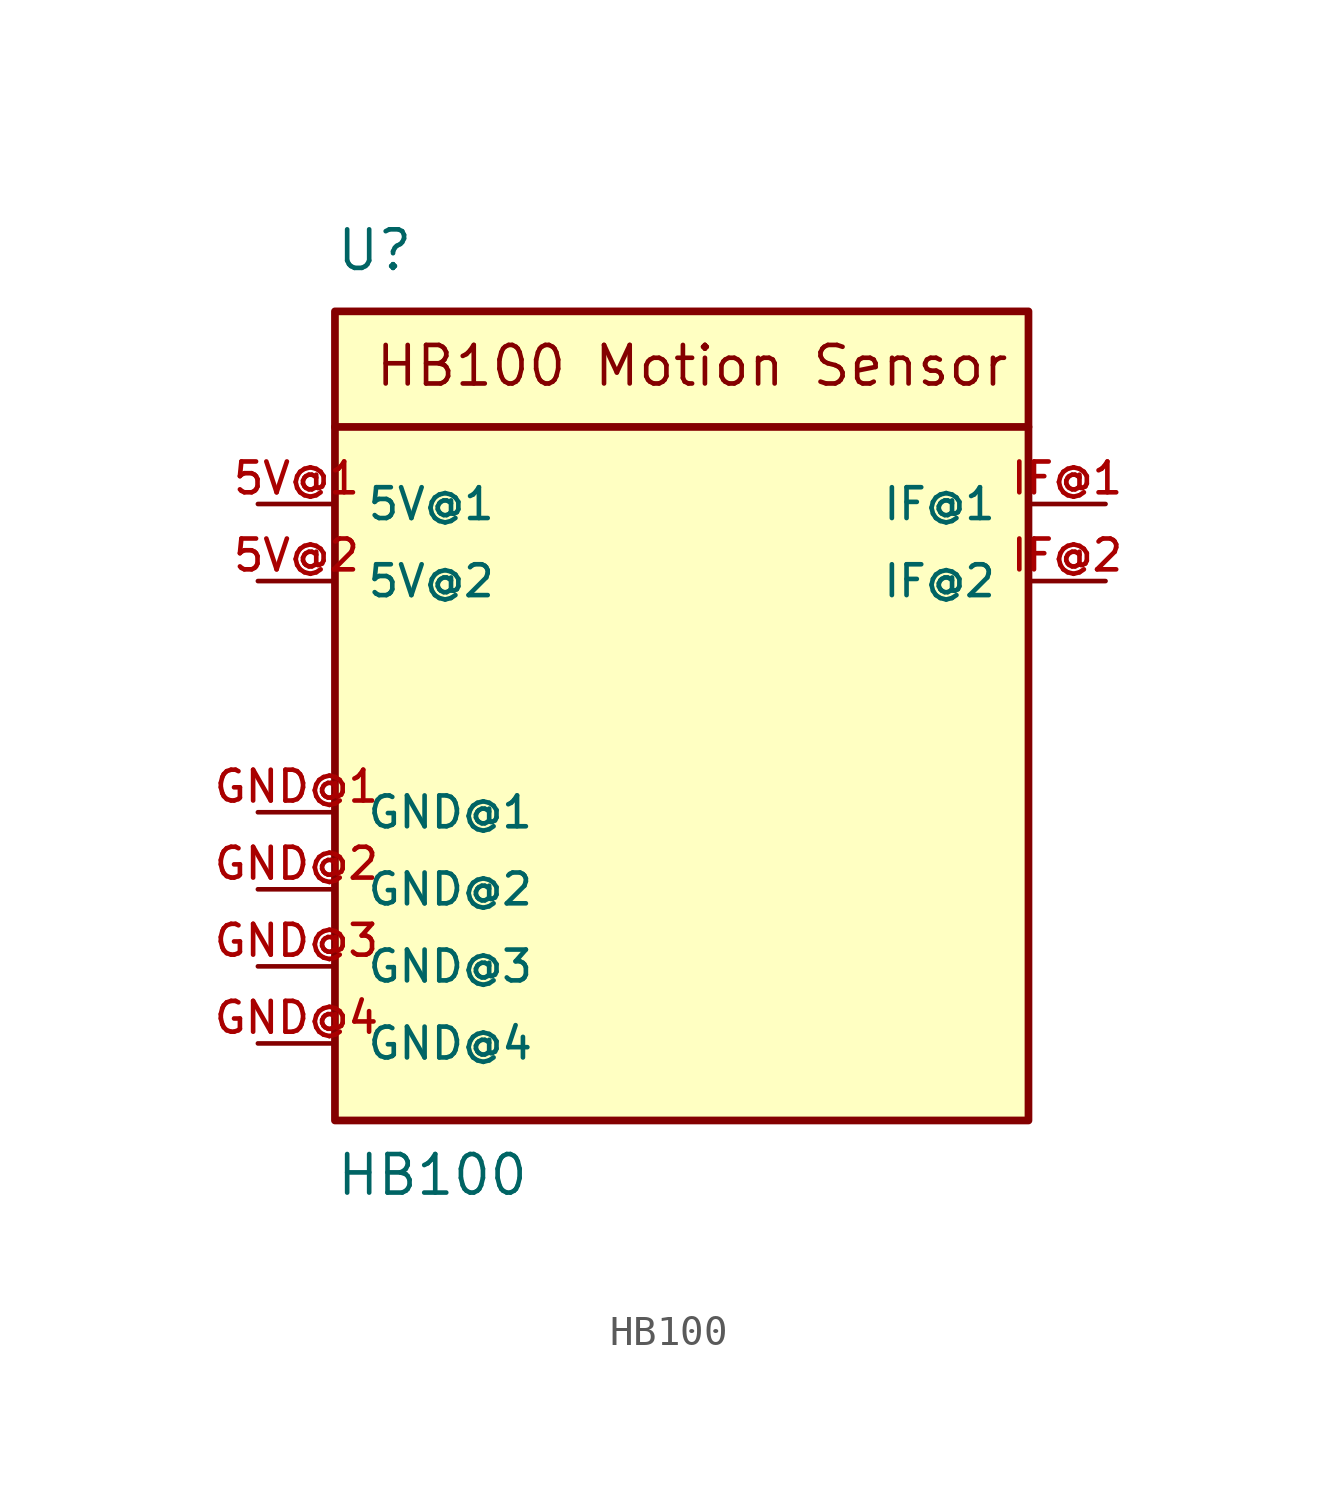
<source format=kicad_sym>
(kicad_symbol_lib
  (version 20211014)
  (generator kicad_symbol_editor)
  (symbol "HB100"
    (pin_names
      (offset 1.016))
    (property "Reference" "U"
      (at -10.16 15.24 0)
      (effects (font (size 1.27 1.27)) (justify bottom left)))
    (property "Value" "HB100"
      (at -10.16 -15.24 0)
      (effects (font (size 1.27 1.27)) (justify bottom left)))
    (symbol "HB100_0_0"
      (polyline (pts (xy -10.16 10.16) (xy 12.7 10.16)) (stroke (width 0.254)))
      (text "HB100 Motion Sensor" (at -8.89 11.43 0) (effects (font (size 1.27 1.27)) (justify bottom left)))
      (rectangle (start -10.16 -12.7) (end 12.7 13.97) (stroke (width 0.254)) (fill (type background)))
      (pin bidirectional line (at -12.7 7.62 0) (length 2.54) (name "5V@1" (effects (font (size 1.016 1.016)))) (number "5V@1" (effects (font (size 1.016 1.016)))))
      (pin bidirectional line (at -12.7 5.08 0) (length 2.54) (name "5V@2" (effects (font (size 1.016 1.016)))) (number "5V@2" (effects (font (size 1.016 1.016)))))
      (pin bidirectional line (at 15.24 7.62 180.0) (length 2.54) (name "IF@1" (effects (font (size 1.016 1.016)))) (number "IF@1" (effects (font (size 1.016 1.016)))))
      (pin bidirectional line (at 15.24 5.08 180.0) (length 2.54) (name "IF@2" (effects (font (size 1.016 1.016)))) (number "IF@2" (effects (font (size 1.016 1.016)))))
      (pin bidirectional line (at -12.7 -2.54 0) (length 2.54) (name "GND@1" (effects (font (size 1.016 1.016)))) (number "GND@1" (effects (font (size 1.016 1.016)))))
      (pin bidirectional line (at -12.7 -5.08 0) (length 2.54) (name "GND@2" (effects (font (size 1.016 1.016)))) (number "GND@2" (effects (font (size 1.016 1.016)))))
      (pin bidirectional line (at -12.7 -7.62 0) (length 2.54) (name "GND@3" (effects (font (size 1.016 1.016)))) (number "GND@3" (effects (font (size 1.016 1.016)))))
      (pin bidirectional line (at -12.7 -10.16 0) (length 2.54) (name "GND@4" (effects (font (size 1.016 1.016)))) (number "GND@4" (effects (font (size 1.016 1.016))))))))
</source>
